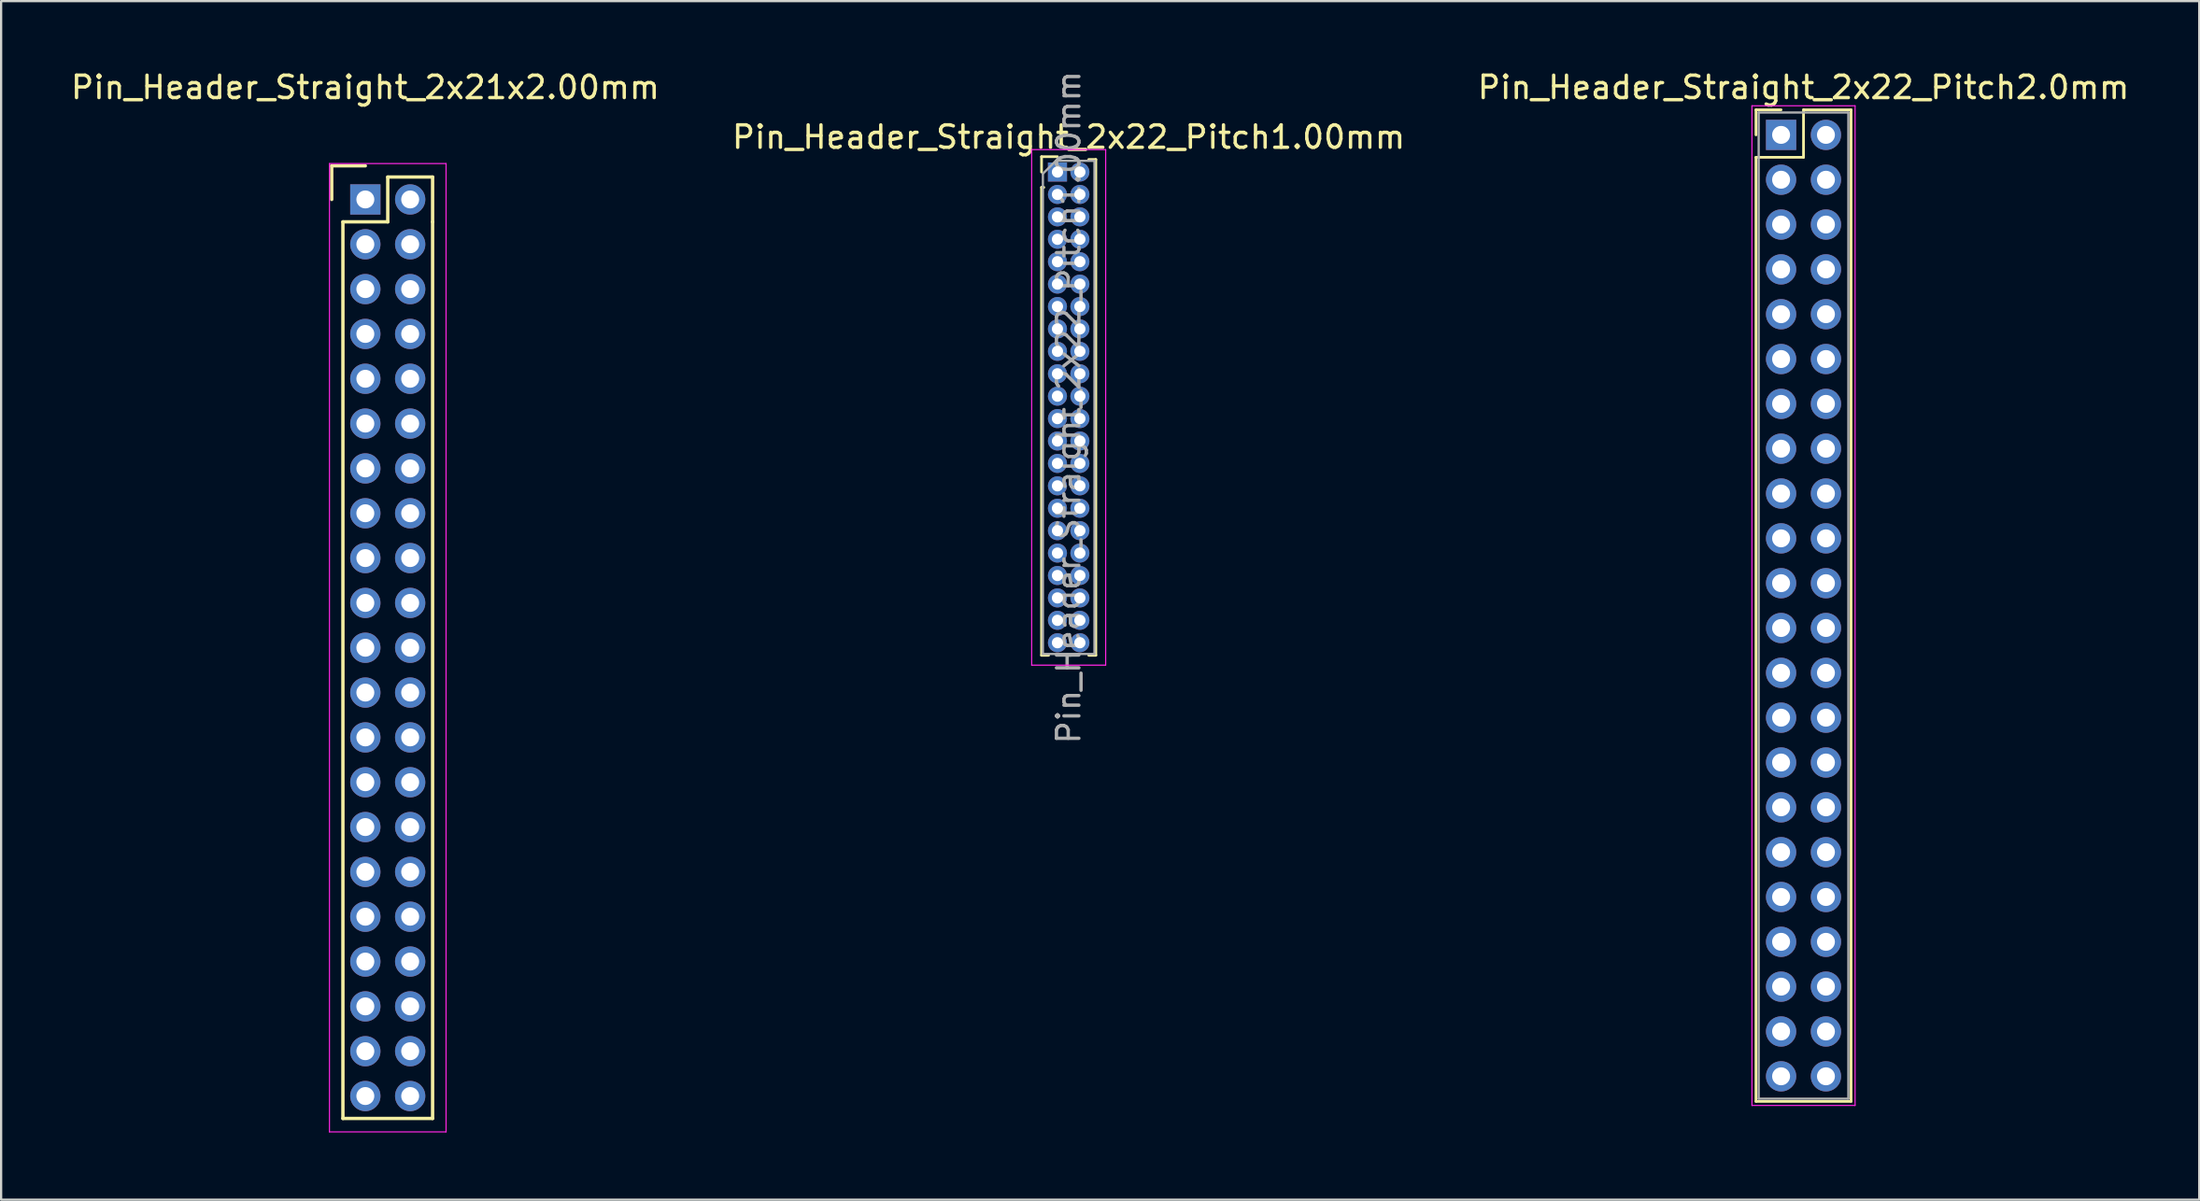
<source format=kicad_pcb>
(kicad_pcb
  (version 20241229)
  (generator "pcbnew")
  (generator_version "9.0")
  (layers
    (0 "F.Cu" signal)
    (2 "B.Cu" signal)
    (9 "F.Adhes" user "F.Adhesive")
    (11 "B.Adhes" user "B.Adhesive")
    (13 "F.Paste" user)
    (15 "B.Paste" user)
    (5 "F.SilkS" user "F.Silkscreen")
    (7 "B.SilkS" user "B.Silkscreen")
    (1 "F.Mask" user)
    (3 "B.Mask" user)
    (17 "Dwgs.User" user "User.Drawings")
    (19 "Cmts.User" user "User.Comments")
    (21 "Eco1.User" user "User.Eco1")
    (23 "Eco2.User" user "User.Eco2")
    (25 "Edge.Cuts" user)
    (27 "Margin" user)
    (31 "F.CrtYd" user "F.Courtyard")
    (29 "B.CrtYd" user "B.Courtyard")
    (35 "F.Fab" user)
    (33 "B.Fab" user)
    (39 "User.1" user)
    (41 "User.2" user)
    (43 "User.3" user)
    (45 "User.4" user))
  (footprint "Pin_Header_Straight_2x22_Pitch2.0mm"
    (layer "F.Cu")
    (at 76.387 2.968)
    (property "Reference" "Pin_Header_Straight_2x22_Pitch2.0mm" (at 1 -2.12 0) (layer "F.SilkS") (effects (font (size 1 1) (thickness 0.15))))
    (attr through_hole)
    (fp_line (start -1.12 -1.12) (end 0 -1.12) (stroke (width 0.12) (type solid)) (layer "F.SilkS"))
    (fp_line (start -1.12 0) (end -1.12 -1.12) (stroke (width 0.12) (type solid)) (layer "F.SilkS"))
    (fp_line (start -1.12 1) (end -1.12 43.12) (stroke (width 0.12) (type solid)) (layer "F.SilkS"))
    (fp_line (start -1.12 43.12) (end 3.12 43.12) (stroke (width 0.12) (type solid)) (layer "F.SilkS"))
    (fp_line (start 1 -1.12) (end 1 1) (stroke (width 0.12) (type solid)) (layer "F.SilkS"))
    (fp_line (start 1 1) (end -1.12 1) (stroke (width 0.12) (type solid)) (layer "F.SilkS"))
    (fp_line (start 3.12 -1.12) (end 1 -1.12) (stroke (width 0.12) (type solid)) (layer "F.SilkS"))
    (fp_line (start 3.12 43.12) (end 3.12 -1.12) (stroke (width 0.12) (type solid)) (layer "F.SilkS"))
    (fp_line (start -1.3 -1.3) (end -1.3 43.3) (stroke (width 0.05) (type solid)) (layer "F.CrtYd"))
    (fp_line (start -1.3 43.3) (end 3.3 43.3) (stroke (width 0.05) (type solid)) (layer "F.CrtYd"))
    (fp_line (start 3.3 -1.3) (end -1.3 -1.3) (stroke (width 0.05) (type solid)) (layer "F.CrtYd"))
    (fp_line (start 3.3 43.3) (end 3.3 -1.3) (stroke (width 0.05) (type solid)) (layer "F.CrtYd"))
    (fp_line (start -1 -1) (end -1 43) (stroke (width 0.1) (type solid)) (layer "F.Fab"))
    (fp_line (start -1 43) (end 3 43) (stroke (width 0.1) (type solid)) (layer "F.Fab"))
    (fp_line (start 3 -1) (end -1 -1) (stroke (width 0.1) (type solid)) (layer "F.Fab"))
    (fp_line (start 3 43) (end 3 -1) (stroke (width 0.1) (type solid)) (layer "F.Fab"))
    (pad "1" thru_hole rect (at 0 0) (size 1.35 1.35) (drill 0.8) (layers "*.Cu" "*.Mask"))
    (pad "2" thru_hole oval (at 2 0) (size 1.35 1.35) (drill 0.8) (layers "*.Cu" "*.Mask"))
    (pad "3" thru_hole oval (at 0 2) (size 1.35 1.35) (drill 0.8) (layers "*.Cu" "*.Mask"))
    (pad "4" thru_hole oval (at 2 2) (size 1.35 1.35) (drill 0.8) (layers "*.Cu" "*.Mask"))
    (pad "5" thru_hole oval (at 0 4) (size 1.35 1.35) (drill 0.8) (layers "*.Cu" "*.Mask"))
    (pad "6" thru_hole oval (at 2 4) (size 1.35 1.35) (drill 0.8) (layers "*.Cu" "*.Mask"))
    (pad "7" thru_hole oval (at 0 6) (size 1.35 1.35) (drill 0.8) (layers "*.Cu" "*.Mask"))
    (pad "8" thru_hole oval (at 2 6) (size 1.35 1.35) (drill 0.8) (layers "*.Cu" "*.Mask"))
    (pad "9" thru_hole oval (at 0 8) (size 1.35 1.35) (drill 0.8) (layers "*.Cu" "*.Mask"))
    (pad "10" thru_hole oval (at 2 8) (size 1.35 1.35) (drill 0.8) (layers "*.Cu" "*.Mask"))
    (pad "11" thru_hole oval (at 0 10) (size 1.35 1.35) (drill 0.8) (layers "*.Cu" "*.Mask"))
    (pad "12" thru_hole oval (at 2 10) (size 1.35 1.35) (drill 0.8) (layers "*.Cu" "*.Mask"))
    (pad "13" thru_hole oval (at 0 12) (size 1.35 1.35) (drill 0.8) (layers "*.Cu" "*.Mask"))
    (pad "14" thru_hole oval (at 2 12) (size 1.35 1.35) (drill 0.8) (layers "*.Cu" "*.Mask"))
    (pad "15" thru_hole oval (at 0 14) (size 1.35 1.35) (drill 0.8) (layers "*.Cu" "*.Mask"))
    (pad "16" thru_hole oval (at 2 14) (size 1.35 1.35) (drill 0.8) (layers "*.Cu" "*.Mask"))
    (pad "17" thru_hole oval (at 0 16) (size 1.35 1.35) (drill 0.8) (layers "*.Cu" "*.Mask"))
    (pad "18" thru_hole oval (at 2 16) (size 1.35 1.35) (drill 0.8) (layers "*.Cu" "*.Mask"))
    (pad "19" thru_hole oval (at 0 18) (size 1.35 1.35) (drill 0.8) (layers "*.Cu" "*.Mask"))
    (pad "20" thru_hole oval (at 2 18) (size 1.35 1.35) (drill 0.8) (layers "*.Cu" "*.Mask"))
    (pad "21" thru_hole oval (at 0 20) (size 1.35 1.35) (drill 0.8) (layers "*.Cu" "*.Mask"))
    (pad "22" thru_hole oval (at 2 20) (size 1.35 1.35) (drill 0.8) (layers "*.Cu" "*.Mask"))
    (pad "23" thru_hole oval (at 0 22) (size 1.35 1.35) (drill 0.8) (layers "*.Cu" "*.Mask"))
    (pad "24" thru_hole oval (at 2 22) (size 1.35 1.35) (drill 0.8) (layers "*.Cu" "*.Mask"))
    (pad "25" thru_hole oval (at 0 24) (size 1.35 1.35) (drill 0.8) (layers "*.Cu" "*.Mask"))
    (pad "26" thru_hole oval (at 2 24) (size 1.35 1.35) (drill 0.8) (layers "*.Cu" "*.Mask"))
    (pad "27" thru_hole oval (at 0 26) (size 1.35 1.35) (drill 0.8) (layers "*.Cu" "*.Mask"))
    (pad "28" thru_hole oval (at 2 26) (size 1.35 1.35) (drill 0.8) (layers "*.Cu" "*.Mask"))
    (pad "29" thru_hole oval (at 0 28) (size 1.35 1.35) (drill 0.8) (layers "*.Cu" "*.Mask"))
    (pad "30" thru_hole oval (at 2 28) (size 1.35 1.35) (drill 0.8) (layers "*.Cu" "*.Mask"))
    (pad "31" thru_hole oval (at 0 30) (size 1.35 1.35) (drill 0.8) (layers "*.Cu" "*.Mask"))
    (pad "32" thru_hole oval (at 2 30) (size 1.35 1.35) (drill 0.8) (layers "*.Cu" "*.Mask"))
    (pad "33" thru_hole oval (at 0 32) (size 1.35 1.35) (drill 0.8) (layers "*.Cu" "*.Mask"))
    (pad "34" thru_hole oval (at 2 32) (size 1.35 1.35) (drill 0.8) (layers "*.Cu" "*.Mask"))
    (pad "35" thru_hole oval (at 0 34) (size 1.35 1.35) (drill 0.8) (layers "*.Cu" "*.Mask"))
    (pad "36" thru_hole oval (at 2 34) (size 1.35 1.35) (drill 0.8) (layers "*.Cu" "*.Mask"))
    (pad "37" thru_hole oval (at 0 36) (size 1.35 1.35) (drill 0.8) (layers "*.Cu" "*.Mask"))
    (pad "38" thru_hole oval (at 2 36) (size 1.35 1.35) (drill 0.8) (layers "*.Cu" "*.Mask"))
    (pad "39" thru_hole oval (at 0 38) (size 1.35 1.35) (drill 0.8) (layers "*.Cu" "*.Mask"))
    (pad "40" thru_hole oval (at 2 38) (size 1.35 1.35) (drill 0.8) (layers "*.Cu" "*.Mask"))
    (pad "41" thru_hole oval (at 0 40) (size 1.35 1.35) (drill 0.8) (layers "*.Cu" "*.Mask"))
    (pad "42" thru_hole oval (at 2 40) (size 1.35 1.35) (drill 0.8) (layers "*.Cu" "*.Mask"))
    (pad "43" thru_hole oval (at 0 42) (size 1.35 1.35) (drill 0.8) (layers "*.Cu" "*.Mask"))
    (pad "44" thru_hole oval (at 2 42) (size 1.35 1.35) (drill 0.8) (layers "*.Cu" "*.Mask")))
  (footprint "Pin_Header_Straight_2x22_Pitch1.00mm"
    (layer "F.Cu")
    (at 44.113 4.625)
    (property "Reference" "Pin_Header_Straight_2x22_Pitch1.00mm" (at 0.5 -1.56 0) (layer "F.SilkS") (effects (font (size 1 1) (thickness 0.15))))
    (attr through_hole)
    (fp_line (start -0.71 -0.685) (end 0 -0.685) (stroke (width 0.12) (type solid)) (layer "F.SilkS"))
    (fp_line (start -0.71 0) (end -0.71 -0.685) (stroke (width 0.12) (type solid)) (layer "F.SilkS"))
    (fp_line (start -0.71 0.685) (end -0.71 21.56) (stroke (width 0.12) (type solid)) (layer "F.SilkS"))
    (fp_line (start -0.71 0.685) (end -0.608 0.685) (stroke (width 0.12) (type solid)) (layer "F.SilkS"))
    (fp_line (start -0.71 21.56) (end -0.394 21.56) (stroke (width 0.12) (type solid)) (layer "F.SilkS"))
    (fp_line (start 0.394 21.56) (end 0.606 21.56) (stroke (width 0.12) (type solid)) (layer "F.SilkS"))
    (fp_line (start 1.394 -0.56) (end 1.71 -0.56) (stroke (width 0.12) (type solid)) (layer "F.SilkS"))
    (fp_line (start 1.394 21.56) (end 1.71 21.56) (stroke (width 0.12) (type solid)) (layer "F.SilkS"))
    (fp_line (start 1.71 -0.56) (end 1.71 21.56) (stroke (width 0.12) (type solid)) (layer "F.SilkS"))
    (fp_line (start -1.15 -1) (end -1.15 22) (stroke (width 0.05) (type solid)) (layer "F.CrtYd"))
    (fp_line (start -1.15 22) (end 2.15 22) (stroke (width 0.05) (type solid)) (layer "F.CrtYd"))
    (fp_line (start 2.15 -1) (end -1.15 -1) (stroke (width 0.05) (type solid)) (layer "F.CrtYd"))
    (fp_line (start 2.15 22) (end 2.15 -1) (stroke (width 0.05) (type solid)) (layer "F.CrtYd"))
    (fp_line (start -0.65 0.075) (end -0.075 -0.5) (stroke (width 0.1) (type solid)) (layer "F.Fab"))
    (fp_line (start -0.65 21.5) (end -0.65 0.075) (stroke (width 0.1) (type solid)) (layer "F.Fab"))
    (fp_line (start -0.075 -0.5) (end 1.65 -0.5) (stroke (width 0.1) (type solid)) (layer "F.Fab"))
    (fp_line (start 1.65 -0.5) (end 1.65 21.5) (stroke (width 0.1) (type solid)) (layer "F.Fab"))
    (fp_line (start 1.65 21.5) (end -0.65 21.5) (stroke (width 0.1) (type solid)) (layer "F.Fab"))
    (fp_text user "${REFERENCE}" (at 0.5 10.5 90) (layer "F.Fab") (effects (font (size 1 1) (thickness 0.15))))
    (pad "1" thru_hole rect (at 0 0) (size 0.85 0.85) (drill 0.5) (layers "*.Cu" "*.Mask"))
    (pad "2" thru_hole oval (at 1 0) (size 0.85 0.85) (drill 0.5) (layers "*.Cu" "*.Mask"))
    (pad "3" thru_hole oval (at 0 1) (size 0.85 0.85) (drill 0.5) (layers "*.Cu" "*.Mask"))
    (pad "4" thru_hole oval (at 1 1) (size 0.85 0.85) (drill 0.5) (layers "*.Cu" "*.Mask"))
    (pad "5" thru_hole oval (at 0 2) (size 0.85 0.85) (drill 0.5) (layers "*.Cu" "*.Mask"))
    (pad "6" thru_hole oval (at 1 2) (size 0.85 0.85) (drill 0.5) (layers "*.Cu" "*.Mask"))
    (pad "7" thru_hole oval (at 0 3) (size 0.85 0.85) (drill 0.5) (layers "*.Cu" "*.Mask"))
    (pad "8" thru_hole oval (at 1 3) (size 0.85 0.85) (drill 0.5) (layers "*.Cu" "*.Mask"))
    (pad "9" thru_hole oval (at 0 4) (size 0.85 0.85) (drill 0.5) (layers "*.Cu" "*.Mask"))
    (pad "10" thru_hole oval (at 1 4) (size 0.85 0.85) (drill 0.5) (layers "*.Cu" "*.Mask"))
    (pad "11" thru_hole oval (at 0 5) (size 0.85 0.85) (drill 0.5) (layers "*.Cu" "*.Mask"))
    (pad "12" thru_hole oval (at 1 5) (size 0.85 0.85) (drill 0.5) (layers "*.Cu" "*.Mask"))
    (pad "13" thru_hole oval (at 0 6) (size 0.85 0.85) (drill 0.5) (layers "*.Cu" "*.Mask"))
    (pad "14" thru_hole oval (at 1 6) (size 0.85 0.85) (drill 0.5) (layers "*.Cu" "*.Mask"))
    (pad "15" thru_hole oval (at 0 7) (size 0.85 0.85) (drill 0.5) (layers "*.Cu" "*.Mask"))
    (pad "16" thru_hole oval (at 1 7) (size 0.85 0.85) (drill 0.5) (layers "*.Cu" "*.Mask"))
    (pad "17" thru_hole oval (at 0 8) (size 0.85 0.85) (drill 0.5) (layers "*.Cu" "*.Mask"))
    (pad "18" thru_hole oval (at 1 8) (size 0.85 0.85) (drill 0.5) (layers "*.Cu" "*.Mask"))
    (pad "19" thru_hole oval (at 0 9) (size 0.85 0.85) (drill 0.5) (layers "*.Cu" "*.Mask"))
    (pad "20" thru_hole oval (at 1 9) (size 0.85 0.85) (drill 0.5) (layers "*.Cu" "*.Mask"))
    (pad "21" thru_hole oval (at 0 10) (size 0.85 0.85) (drill 0.5) (layers "*.Cu" "*.Mask"))
    (pad "22" thru_hole oval (at 1 10) (size 0.85 0.85) (drill 0.5) (layers "*.Cu" "*.Mask"))
    (pad "23" thru_hole oval (at 0 11) (size 0.85 0.85) (drill 0.5) (layers "*.Cu" "*.Mask"))
    (pad "24" thru_hole oval (at 1 11) (size 0.85 0.85) (drill 0.5) (layers "*.Cu" "*.Mask"))
    (pad "25" thru_hole oval (at 0 12) (size 0.85 0.85) (drill 0.5) (layers "*.Cu" "*.Mask"))
    (pad "26" thru_hole oval (at 1 12) (size 0.85 0.85) (drill 0.5) (layers "*.Cu" "*.Mask"))
    (pad "27" thru_hole oval (at 0 13) (size 0.85 0.85) (drill 0.5) (layers "*.Cu" "*.Mask"))
    (pad "28" thru_hole oval (at 1 13) (size 0.85 0.85) (drill 0.5) (layers "*.Cu" "*.Mask"))
    (pad "29" thru_hole oval (at 0 14) (size 0.85 0.85) (drill 0.5) (layers "*.Cu" "*.Mask"))
    (pad "30" thru_hole oval (at 1 14) (size 0.85 0.85) (drill 0.5) (layers "*.Cu" "*.Mask"))
    (pad "31" thru_hole oval (at 0 15) (size 0.85 0.85) (drill 0.5) (layers "*.Cu" "*.Mask"))
    (pad "32" thru_hole oval (at 1 15) (size 0.85 0.85) (drill 0.5) (layers "*.Cu" "*.Mask"))
    (pad "33" thru_hole oval (at 0 16) (size 0.85 0.85) (drill 0.5) (layers "*.Cu" "*.Mask"))
    (pad "34" thru_hole oval (at 1 16) (size 0.85 0.85) (drill 0.5) (layers "*.Cu" "*.Mask"))
    (pad "35" thru_hole oval (at 0 17) (size 0.85 0.85) (drill 0.5) (layers "*.Cu" "*.Mask"))
    (pad "36" thru_hole oval (at 1 17) (size 0.85 0.85) (drill 0.5) (layers "*.Cu" "*.Mask"))
    (pad "37" thru_hole oval (at 0 18) (size 0.85 0.85) (drill 0.5) (layers "*.Cu" "*.Mask"))
    (pad "38" thru_hole oval (at 1 18) (size 0.85 0.85) (drill 0.5) (layers "*.Cu" "*.Mask"))
    (pad "39" thru_hole oval (at 0 19) (size 0.85 0.85) (drill 0.5) (layers "*.Cu" "*.Mask"))
    (pad "40" thru_hole oval (at 1 19) (size 0.85 0.85) (drill 0.5) (layers "*.Cu" "*.Mask"))
    (pad "41" thru_hole oval (at 0 20) (size 0.85 0.85) (drill 0.5) (layers "*.Cu" "*.Mask"))
    (pad "42" thru_hole oval (at 1 20) (size 0.85 0.85) (drill 0.5) (layers "*.Cu" "*.Mask"))
    (pad "43" thru_hole oval (at 0 21) (size 0.85 0.85) (drill 0.5) (layers "*.Cu" "*.Mask"))
    (pad "44" thru_hole oval (at 1 21) (size 0.85 0.85) (drill 0.5) (layers "*.Cu" "*.Mask")))
  (footprint "Pin_Header_Straight_2x21x2.00mm"
    (layer "F.Cu")
    (at 13.244 5.848)
    (property "Reference" "Pin_Header_Straight_2x21x2.00mm" (at 0 -5 0) (layer "F.SilkS") (effects (font (size 1 1) (thickness 0.15))))
    (attr through_hole)
    (fp_line (start -1.5 -1.5) (end 0 -1.5) (stroke (width 0.15) (type solid)) (layer "F.SilkS"))
    (fp_line (start -1.5 0) (end -1.5 -1.5) (stroke (width 0.15) (type solid)) (layer "F.SilkS"))
    (fp_line (start -1 1) (end 1 1) (stroke (width 0.15) (type solid)) (layer "F.SilkS"))
    (fp_line (start -1 41) (end -1 1) (stroke (width 0.15) (type solid)) (layer "F.SilkS"))
    (fp_line (start 1 -1) (end 3 -1) (stroke (width 0.15) (type solid)) (layer "F.SilkS"))
    (fp_line (start 1 1) (end 1 -1) (stroke (width 0.15) (type solid)) (layer "F.SilkS"))
    (fp_line (start 3 -1) (end 3 1) (stroke (width 0.15) (type solid)) (layer "F.SilkS"))
    (fp_line (start 3 1) (end 3 41) (stroke (width 0.15) (type solid)) (layer "F.SilkS"))
    (fp_line (start 3 41) (end -1 41) (stroke (width 0.15) (type solid)) (layer "F.SilkS"))
    (fp_line (start -1.6 -1.6) (end 3.6 -1.6) (stroke (width 0.05) (type solid)) (layer "F.CrtYd"))
    (fp_line (start -1.6 41.6) (end -1.6 -1.6) (stroke (width 0.05) (type solid)) (layer "F.CrtYd"))
    (fp_line (start 3.6 -1.6) (end 3.6 41.6) (stroke (width 0.05) (type solid)) (layer "F.CrtYd"))
    (fp_line (start 3.6 41.6) (end -1.6 41.6) (stroke (width 0.05) (type solid)) (layer "F.CrtYd"))
    (pad "1" thru_hole rect (at 0 0) (size 1.35 1.35) (drill 0.8) (layers "*.Cu" "*.Mask"))
    (pad "2" thru_hole circle (at 2 0) (size 1.35 1.35) (drill 0.8) (layers "*.Cu" "*.Mask"))
    (pad "3" thru_hole circle (at 0 2) (size 1.35 1.35) (drill 0.8) (layers "*.Cu" "*.Mask"))
    (pad "4" thru_hole circle (at 2 2) (size 1.35 1.35) (drill 0.8) (layers "*.Cu" "*.Mask"))
    (pad "5" thru_hole circle (at 0 4) (size 1.35 1.35) (drill 0.8) (layers "*.Cu" "*.Mask"))
    (pad "6" thru_hole circle (at 2 4) (size 1.35 1.35) (drill 0.8) (layers "*.Cu" "*.Mask"))
    (pad "7" thru_hole circle (at 0 6) (size 1.35 1.35) (drill 0.8) (layers "*.Cu" "*.Mask"))
    (pad "8" thru_hole circle (at 2 6) (size 1.35 1.35) (drill 0.8) (layers "*.Cu" "*.Mask"))
    (pad "9" thru_hole circle (at 0 8) (size 1.35 1.35) (drill 0.8) (layers "*.Cu" "*.Mask"))
    (pad "10" thru_hole circle (at 2 8) (size 1.35 1.35) (drill 0.8) (layers "*.Cu" "*.Mask"))
    (pad "11" thru_hole circle (at 0 10) (size 1.35 1.35) (drill 0.8) (layers "*.Cu" "*.Mask"))
    (pad "12" thru_hole circle (at 2 10) (size 1.35 1.35) (drill 0.8) (layers "*.Cu" "*.Mask"))
    (pad "13" thru_hole circle (at 0 12) (size 1.35 1.35) (drill 0.8) (layers "*.Cu" "*.Mask"))
    (pad "14" thru_hole circle (at 2 12) (size 1.35 1.35) (drill 0.8) (layers "*.Cu" "*.Mask"))
    (pad "15" thru_hole circle (at 0 14) (size 1.35 1.35) (drill 0.8) (layers "*.Cu" "*.Mask"))
    (pad "16" thru_hole circle (at 2 14) (size 1.35 1.35) (drill 0.8) (layers "*.Cu" "*.Mask"))
    (pad "17" thru_hole circle (at 0 16) (size 1.35 1.35) (drill 0.8) (layers "*.Cu" "*.Mask"))
    (pad "18" thru_hole circle (at 2 16) (size 1.35 1.35) (drill 0.8) (layers "*.Cu" "*.Mask"))
    (pad "19" thru_hole circle (at 0 18) (size 1.35 1.35) (drill 0.8) (layers "*.Cu" "*.Mask"))
    (pad "20" thru_hole circle (at 2 18) (size 1.35 1.35) (drill 0.8) (layers "*.Cu" "*.Mask"))
    (pad "21" thru_hole circle (at 0 20) (size 1.35 1.35) (drill 0.8) (layers "*.Cu" "*.Mask"))
    (pad "22" thru_hole circle (at 2 20) (size 1.35 1.35) (drill 0.8) (layers "*.Cu" "*.Mask"))
    (pad "23" thru_hole circle (at 0 22) (size 1.35 1.35) (drill 0.8) (layers "*.Cu" "*.Mask"))
    (pad "24" thru_hole circle (at 2 22) (size 1.35 1.35) (drill 0.8) (layers "*.Cu" "*.Mask"))
    (pad "25" thru_hole circle (at 0 24) (size 1.35 1.35) (drill 0.8) (layers "*.Cu" "*.Mask"))
    (pad "26" thru_hole circle (at 2 24) (size 1.35 1.35) (drill 0.8) (layers "*.Cu" "*.Mask"))
    (pad "27" thru_hole circle (at 0 26) (size 1.35 1.35) (drill 0.8) (layers "*.Cu" "*.Mask"))
    (pad "28" thru_hole circle (at 2 26) (size 1.35 1.35) (drill 0.8) (layers "*.Cu" "*.Mask"))
    (pad "29" thru_hole circle (at 0 28) (size 1.35 1.35) (drill 0.8) (layers "*.Cu" "*.Mask"))
    (pad "30" thru_hole circle (at 2 28) (size 1.35 1.35) (drill 0.8) (layers "*.Cu" "*.Mask"))
    (pad "31" thru_hole circle (at 0 30) (size 1.35 1.35) (drill 0.8) (layers "*.Cu" "*.Mask"))
    (pad "32" thru_hole circle (at 2 30) (size 1.35 1.35) (drill 0.8) (layers "*.Cu" "*.Mask"))
    (pad "33" thru_hole circle (at 0 32) (size 1.35 1.35) (drill 0.8) (layers "*.Cu" "*.Mask"))
    (pad "34" thru_hole circle (at 2 32) (size 1.35 1.35) (drill 0.8) (layers "*.Cu" "*.Mask"))
    (pad "35" thru_hole circle (at 0 34) (size 1.35 1.35) (drill 0.8) (layers "*.Cu" "*.Mask"))
    (pad "36" thru_hole circle (at 2 34) (size 1.35 1.35) (drill 0.8) (layers "*.Cu" "*.Mask"))
    (pad "37" thru_hole circle (at 0 36) (size 1.35 1.35) (drill 0.8) (layers "*.Cu" "*.Mask"))
    (pad "38" thru_hole circle (at 2 36) (size 1.35 1.35) (drill 0.8) (layers "*.Cu" "*.Mask"))
    (pad "39" thru_hole circle (at 0 38) (size 1.35 1.35) (drill 0.8) (layers "*.Cu" "*.Mask"))
    (pad "40" thru_hole circle (at 2 38) (size 1.35 1.35) (drill 0.8) (layers "*.Cu" "*.Mask"))
    (pad "41" thru_hole circle (at 0 40) (size 1.35 1.35) (drill 0.8) (layers "*.Cu" "*.Mask"))
    (pad "42" thru_hole circle (at 2 40) (size 1.35 1.35) (drill 0.8) (layers "*.Cu" "*.Mask")))
  (gr_rect
    (start -3 -3)
    (end 95.036 50.473)
    (stroke (width 0.1) (type default))
    (fill no)
    (layer "Edge.Cuts")))
</source>
